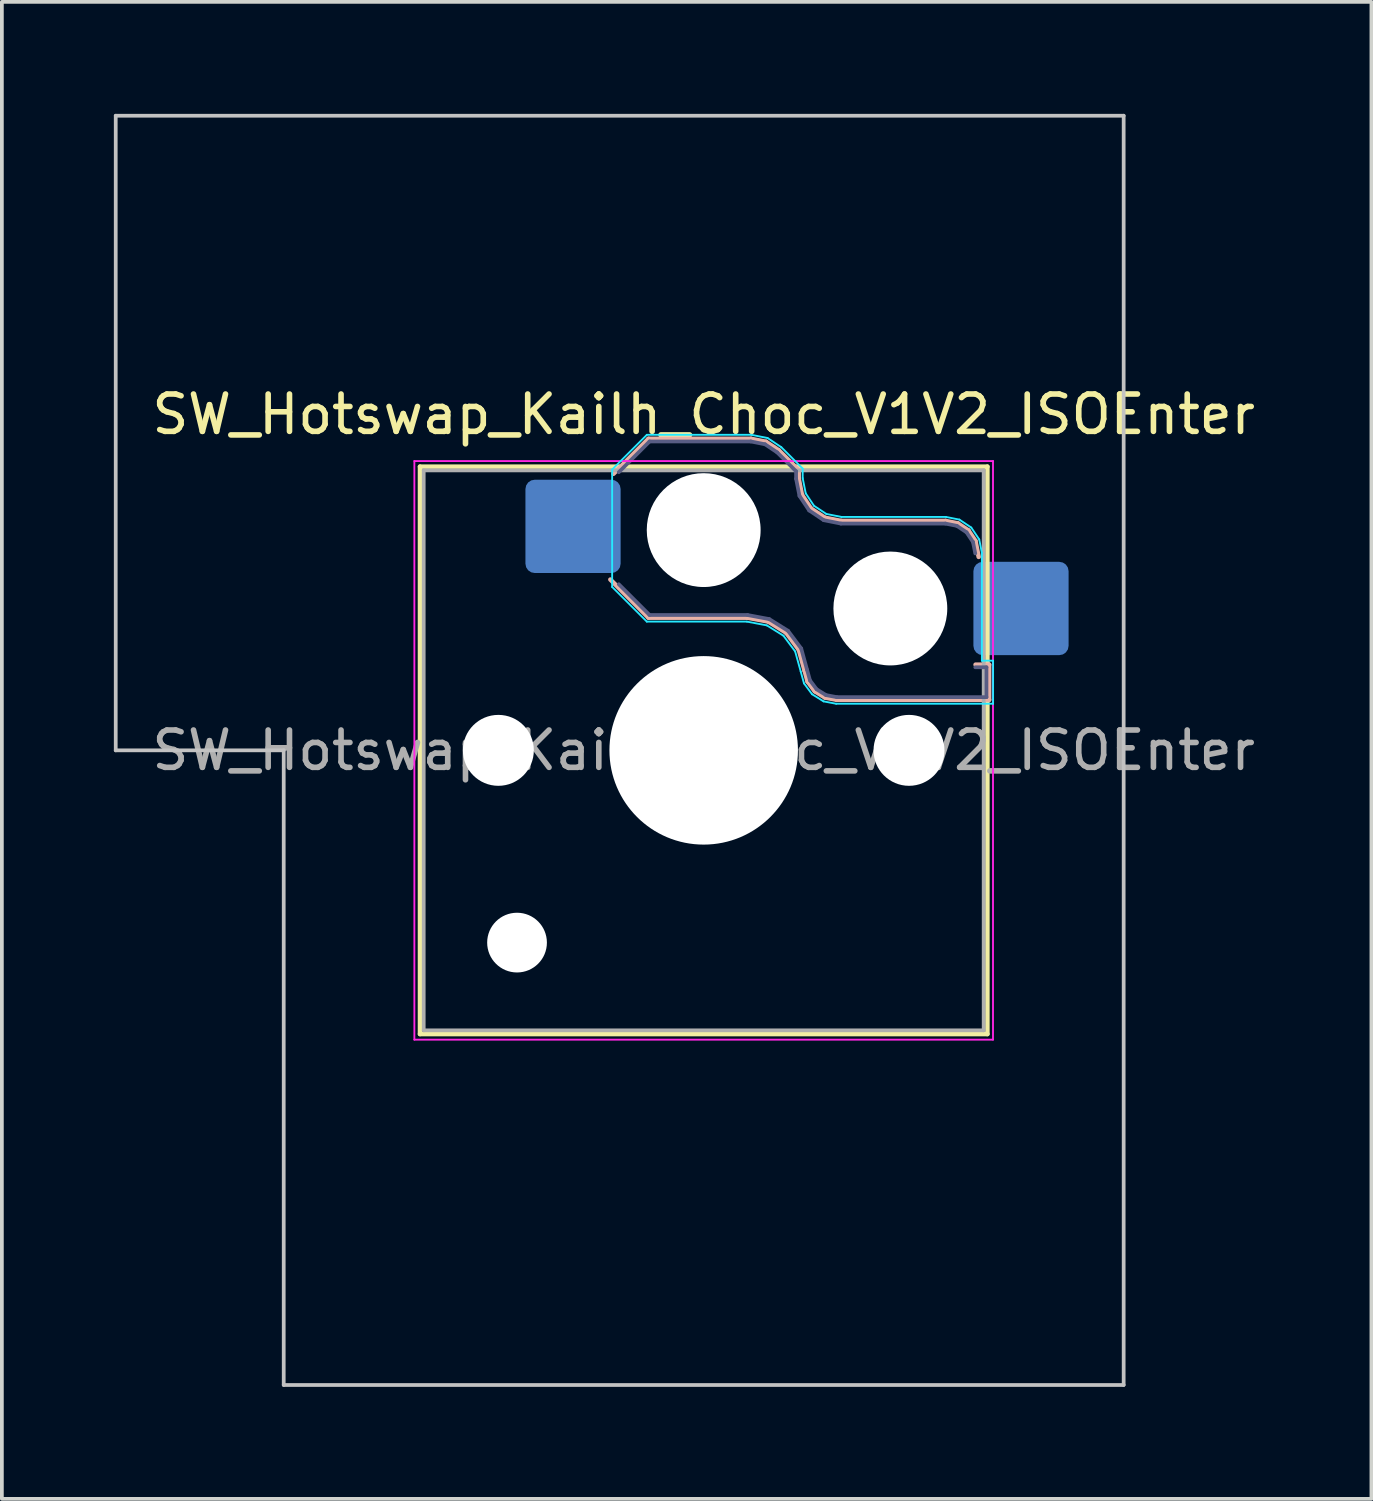
<source format=kicad_pcb>
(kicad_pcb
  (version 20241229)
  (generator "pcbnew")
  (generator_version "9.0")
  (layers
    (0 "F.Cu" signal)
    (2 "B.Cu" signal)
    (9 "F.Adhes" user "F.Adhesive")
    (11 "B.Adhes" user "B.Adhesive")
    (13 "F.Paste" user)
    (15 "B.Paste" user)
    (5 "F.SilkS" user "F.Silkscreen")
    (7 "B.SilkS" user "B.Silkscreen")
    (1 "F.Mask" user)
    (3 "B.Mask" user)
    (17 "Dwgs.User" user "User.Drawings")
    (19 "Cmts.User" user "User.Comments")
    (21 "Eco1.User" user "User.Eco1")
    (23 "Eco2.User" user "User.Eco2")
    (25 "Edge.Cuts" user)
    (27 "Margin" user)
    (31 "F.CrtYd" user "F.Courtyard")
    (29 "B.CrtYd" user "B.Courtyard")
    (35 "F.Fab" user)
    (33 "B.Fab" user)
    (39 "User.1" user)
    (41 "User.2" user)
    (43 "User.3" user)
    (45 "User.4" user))
  (footprint "SW_Hotswap_Kailh_Choc_V1V2_ISOEnter"
    (layer "F.Cu")
    (at 15.8 17.05)
    (property "Reference" "SW_Hotswap_Kailh_Choc_V1V2_ISOEnter" (at 0 -9 0) (layer "F.SilkS") (effects (font (size 1 1) (thickness 0.15))))
    (attr smd)
    (fp_line (start -7.6 -7.6) (end -7.6 7.6) (stroke (width 0.12) (type solid)) (layer "F.SilkS"))
    (fp_line (start -7.6 7.6) (end 7.6 7.6) (stroke (width 0.12) (type solid)) (layer "F.SilkS"))
    (fp_line (start 7.6 -7.6) (end -7.6 -7.6) (stroke (width 0.12) (type solid)) (layer "F.SilkS"))
    (fp_line (start 7.6 7.6) (end 7.6 -7.6) (stroke (width 0.12) (type solid)) (layer "F.SilkS"))
    (fp_line (start -2.416 -7.409) (end -1.479 -8.346) (stroke (width 0.12) (type solid)) (layer "B.SilkS"))
    (fp_line (start -1.479 -8.346) (end 1.268 -8.346) (stroke (width 0.12) (type solid)) (layer "B.SilkS"))
    (fp_line (start -1.479 -3.554) (end -2.5 -4.575) (stroke (width 0.12) (type solid)) (layer "B.SilkS"))
    (fp_line (start 1.168 -3.554) (end -1.479 -3.554) (stroke (width 0.12) (type solid)) (layer "B.SilkS"))
    (fp_line (start 1.268 -8.346) (end 1.671 -8.266) (stroke (width 0.12) (type solid)) (layer "B.SilkS"))
    (fp_line (start 1.671 -8.266) (end 2.013 -8.037) (stroke (width 0.12) (type solid)) (layer "B.SilkS"))
    (fp_line (start 1.73 -3.449) (end 1.168 -3.554) (stroke (width 0.12) (type solid)) (layer "B.SilkS"))
    (fp_line (start 2.013 -8.037) (end 2.546 -7.504) (stroke (width 0.12) (type solid)) (layer "B.SilkS"))
    (fp_line (start 2.209 -3.15) (end 1.73 -3.449) (stroke (width 0.12) (type solid)) (layer "B.SilkS"))
    (fp_line (start 2.546 -7.504) (end 2.546 -7.282) (stroke (width 0.12) (type solid)) (layer "B.SilkS"))
    (fp_line (start 2.546 -7.282) (end 2.633 -6.844) (stroke (width 0.12) (type solid)) (layer "B.SilkS"))
    (fp_line (start 2.547 -2.697) (end 2.209 -3.15) (stroke (width 0.12) (type solid)) (layer "B.SilkS"))
    (fp_line (start 2.633 -6.844) (end 2.877 -6.477) (stroke (width 0.12) (type solid)) (layer "B.SilkS"))
    (fp_line (start 2.701 -2.139) (end 2.547 -2.697) (stroke (width 0.12) (type solid)) (layer "B.SilkS"))
    (fp_line (start 2.783 -1.841) (end 2.701 -2.139) (stroke (width 0.12) (type solid)) (layer "B.SilkS"))
    (fp_line (start 2.877 -6.477) (end 3.244 -6.233) (stroke (width 0.12) (type solid)) (layer "B.SilkS"))
    (fp_line (start 2.976 -1.583) (end 2.783 -1.841) (stroke (width 0.12) (type solid)) (layer "B.SilkS"))
    (fp_line (start 3.244 -6.233) (end 3.682 -6.146) (stroke (width 0.12) (type solid)) (layer "B.SilkS"))
    (fp_line (start 3.25 -1.413) (end 2.976 -1.583) (stroke (width 0.12) (type solid)) (layer "B.SilkS"))
    (fp_line (start 3.56 -1.354) (end 3.25 -1.413) (stroke (width 0.12) (type solid)) (layer "B.SilkS"))
    (fp_line (start 3.682 -6.146) (end 6.482 -6.146) (stroke (width 0.12) (type solid)) (layer "B.SilkS"))
    (fp_line (start 6.482 -6.146) (end 6.809 -6.081) (stroke (width 0.12) (type solid)) (layer "B.SilkS"))
    (fp_line (start 6.809 -6.081) (end 7.092 -5.892) (stroke (width 0.12) (type solid)) (layer "B.SilkS"))
    (fp_line (start 7.092 -5.892) (end 7.281 -5.609) (stroke (width 0.12) (type solid)) (layer "B.SilkS"))
    (fp_line (start 7.281 -5.609) (end 7.366 -5.182) (stroke (width 0.12) (type solid)) (layer "B.SilkS"))
    (fp_line (start 7.283 -2.296) (end 7.646 -2.296) (stroke (width 0.12) (type solid)) (layer "B.SilkS"))
    (fp_line (start 7.646 -2.296) (end 7.646 -1.354) (stroke (width 0.12) (type solid)) (layer "B.SilkS"))
    (fp_line (start 7.646 -1.354) (end 3.56 -1.354) (stroke (width 0.12) (type solid)) (layer "B.SilkS"))
    (fp_line (start -15.75 -17) (end -15.75 0) (stroke (width 0.1) (type solid)) (layer "Dwgs.User"))
    (fp_line (start -15.75 0) (end -11.25 0) (stroke (width 0.1) (type solid)) (layer "Dwgs.User"))
    (fp_line (start -11.25 0) (end -11.25 17) (stroke (width 0.1) (type solid)) (layer "Dwgs.User"))
    (fp_line (start -11.25 17) (end 11.25 17) (stroke (width 0.1) (type solid)) (layer "Dwgs.User"))
    (fp_line (start 11.25 -17) (end -15.75 -17) (stroke (width 0.1) (type solid)) (layer "Dwgs.User"))
    (fp_line (start 11.25 17) (end 11.25 -17) (stroke (width 0.1) (type solid)) (layer "Dwgs.User"))
    (fp_line (start -7.25 -7.25) (end -7.25 7.25) (stroke (width 0.1) (type solid)) (layer "Eco1.User"))
    (fp_line (start -7.25 7.25) (end 7.25 7.25) (stroke (width 0.1) (type solid)) (layer "Eco1.User"))
    (fp_line (start 7.25 -7.25) (end -7.25 -7.25) (stroke (width 0.1) (type solid)) (layer "Eco1.User"))
    (fp_line (start 7.25 7.25) (end 7.25 -7.25) (stroke (width 0.1) (type solid)) (layer "Eco1.User"))
    (fp_line (start -2.452 -7.523) (end -1.523 -8.452) (stroke (width 0.05) (type solid)) (layer "B.CrtYd"))
    (fp_line (start -2.452 -4.377) (end -2.452 -7.523) (stroke (width 0.05) (type solid)) (layer "B.CrtYd"))
    (fp_line (start -1.523 -8.452) (end 1.278 -8.452) (stroke (width 0.05) (type solid)) (layer "B.CrtYd"))
    (fp_line (start -1.523 -3.448) (end -2.452 -4.377) (stroke (width 0.05) (type solid)) (layer "B.CrtYd"))
    (fp_line (start 1.159 -3.448) (end -1.523 -3.448) (stroke (width 0.05) (type solid)) (layer "B.CrtYd"))
    (fp_line (start 1.278 -8.452) (end 1.712 -8.366) (stroke (width 0.05) (type solid)) (layer "B.CrtYd"))
    (fp_line (start 1.691 -3.348) (end 1.159 -3.448) (stroke (width 0.05) (type solid)) (layer "B.CrtYd"))
    (fp_line (start 1.712 -8.366) (end 2.081 -8.119) (stroke (width 0.05) (type solid)) (layer "B.CrtYd"))
    (fp_line (start 2.081 -8.119) (end 2.652 -7.548) (stroke (width 0.05) (type solid)) (layer "B.CrtYd"))
    (fp_line (start 2.136 -3.071) (end 1.691 -3.348) (stroke (width 0.05) (type solid)) (layer "B.CrtYd"))
    (fp_line (start 2.45 -2.65) (end 2.136 -3.071) (stroke (width 0.05) (type solid)) (layer "B.CrtYd"))
    (fp_line (start 2.599 -2.111) (end 2.45 -2.65) (stroke (width 0.05) (type solid)) (layer "B.CrtYd"))
    (fp_line (start 2.652 -7.548) (end 2.652 -7.292) (stroke (width 0.05) (type solid)) (layer "B.CrtYd"))
    (fp_line (start 2.652 -7.292) (end 2.733 -6.885) (stroke (width 0.05) (type solid)) (layer "B.CrtYd"))
    (fp_line (start 2.687 -1.794) (end 2.599 -2.111) (stroke (width 0.05) (type solid)) (layer "B.CrtYd"))
    (fp_line (start 2.733 -6.885) (end 2.953 -6.553) (stroke (width 0.05) (type solid)) (layer "B.CrtYd"))
    (fp_line (start 2.903 -1.503) (end 2.687 -1.794) (stroke (width 0.05) (type solid)) (layer "B.CrtYd"))
    (fp_line (start 2.953 -6.553) (end 3.285 -6.333) (stroke (width 0.05) (type solid)) (layer "B.CrtYd"))
    (fp_line (start 3.211 -1.312) (end 2.903 -1.503) (stroke (width 0.05) (type solid)) (layer "B.CrtYd"))
    (fp_line (start 3.285 -6.333) (end 3.692 -6.252) (stroke (width 0.05) (type solid)) (layer "B.CrtYd"))
    (fp_line (start 3.55 -1.248) (end 3.211 -1.312) (stroke (width 0.05) (type solid)) (layer "B.CrtYd"))
    (fp_line (start 3.692 -6.252) (end 6.492 -6.252) (stroke (width 0.05) (type solid)) (layer "B.CrtYd"))
    (fp_line (start 6.492 -6.252) (end 6.85 -6.181) (stroke (width 0.05) (type solid)) (layer "B.CrtYd"))
    (fp_line (start 6.85 -6.181) (end 7.168 -5.968) (stroke (width 0.05) (type solid)) (layer "B.CrtYd"))
    (fp_line (start 7.168 -5.968) (end 7.381 -5.65) (stroke (width 0.05) (type solid)) (layer "B.CrtYd"))
    (fp_line (start 7.381 -5.65) (end 7.452 -5.292) (stroke (width 0.05) (type solid)) (layer "B.CrtYd"))
    (fp_line (start 7.452 -5.292) (end 7.452 -2.402) (stroke (width 0.05) (type solid)) (layer "B.CrtYd"))
    (fp_line (start 7.452 -2.402) (end 7.752 -2.402) (stroke (width 0.05) (type solid)) (layer "B.CrtYd"))
    (fp_line (start 7.752 -2.402) (end 7.752 -1.248) (stroke (width 0.05) (type solid)) (layer "B.CrtYd"))
    (fp_line (start 7.752 -1.248) (end 3.55 -1.248) (stroke (width 0.05) (type solid)) (layer "B.CrtYd"))
    (fp_line (start -7.75 -7.75) (end -7.75 7.75) (stroke (width 0.05) (type solid)) (layer "F.CrtYd"))
    (fp_line (start -7.75 7.75) (end 7.75 7.75) (stroke (width 0.05) (type solid)) (layer "F.CrtYd"))
    (fp_line (start 7.75 -7.75) (end -7.75 -7.75) (stroke (width 0.05) (type solid)) (layer "F.CrtYd"))
    (fp_line (start 7.75 7.75) (end 7.75 -7.75) (stroke (width 0.05) (type solid)) (layer "F.CrtYd"))
    (fp_line (start -2.275 -7.45) (end -1.45 -8.275) (stroke (width 0.1) (type solid)) (layer "B.Fab"))
    (fp_line (start -1.45 -8.275) (end 1.261 -8.275) (stroke (width 0.1) (type solid)) (layer "B.Fab"))
    (fp_line (start -1.45 -3.625) (end -2.275 -4.45) (stroke (width 0.1) (type solid)) (layer "B.Fab"))
    (fp_line (start 1.175 -3.625) (end -1.45 -3.625) (stroke (width 0.1) (type solid)) (layer "B.Fab"))
    (fp_line (start 1.261 -8.275) (end 1.643 -8.199) (stroke (width 0.1) (type solid)) (layer "B.Fab"))
    (fp_line (start 1.643 -8.199) (end 1.968 -7.982) (stroke (width 0.1) (type solid)) (layer "B.Fab"))
    (fp_line (start 1.756 -3.516) (end 1.175 -3.625) (stroke (width 0.1) (type solid)) (layer "B.Fab"))
    (fp_line (start 1.968 -7.982) (end 2.475 -7.475) (stroke (width 0.1) (type solid)) (layer "B.Fab"))
    (fp_line (start 2.258 -3.203) (end 1.756 -3.516) (stroke (width 0.1) (type solid)) (layer "B.Fab"))
    (fp_line (start 2.475 -7.475) (end 2.475 -7.275) (stroke (width 0.1) (type solid)) (layer "B.Fab"))
    (fp_line (start 2.475 -7.275) (end 2.566 -6.816) (stroke (width 0.1) (type solid)) (layer "B.Fab"))
    (fp_line (start 2.566 -6.816) (end 2.826 -6.426) (stroke (width 0.1) (type solid)) (layer "B.Fab"))
    (fp_line (start 2.612 -2.729) (end 2.258 -3.203) (stroke (width 0.1) (type solid)) (layer "B.Fab"))
    (fp_line (start 2.769 -2.158) (end 2.612 -2.729) (stroke (width 0.1) (type solid)) (layer "B.Fab"))
    (fp_line (start 2.826 -6.426) (end 3.216 -6.166) (stroke (width 0.1) (type solid)) (layer "B.Fab"))
    (fp_line (start 2.848 -1.873) (end 2.769 -2.158) (stroke (width 0.1) (type solid)) (layer "B.Fab"))
    (fp_line (start 3.025 -1.636) (end 2.848 -1.873) (stroke (width 0.1) (type solid)) (layer "B.Fab"))
    (fp_line (start 3.216 -6.166) (end 3.675 -6.075) (stroke (width 0.1) (type solid)) (layer "B.Fab"))
    (fp_line (start 3.276 -1.48) (end 3.025 -1.636) (stroke (width 0.1) (type solid)) (layer "B.Fab"))
    (fp_line (start 3.567 -1.425) (end 3.276 -1.48) (stroke (width 0.1) (type solid)) (layer "B.Fab"))
    (fp_line (start 3.675 -6.075) (end 6.475 -6.075) (stroke (width 0.1) (type solid)) (layer "B.Fab"))
    (fp_line (start 6.475 -6.075) (end 6.781 -6.014) (stroke (width 0.1) (type solid)) (layer "B.Fab"))
    (fp_line (start 6.781 -6.014) (end 7.041 -5.841) (stroke (width 0.1) (type solid)) (layer "B.Fab"))
    (fp_line (start 7.041 -5.841) (end 7.214 -5.581) (stroke (width 0.1) (type solid)) (layer "B.Fab"))
    (fp_line (start 7.214 -5.581) (end 7.275 -5.275) (stroke (width 0.1) (type solid)) (layer "B.Fab"))
    (fp_line (start 7.275 -2.225) (end 7.575 -2.225) (stroke (width 0.1) (type solid)) (layer "B.Fab"))
    (fp_line (start 7.575 -2.225) (end 7.575 -1.425) (stroke (width 0.1) (type solid)) (layer "B.Fab"))
    (fp_line (start 7.575 -1.425) (end 3.567 -1.425) (stroke (width 0.1) (type solid)) (layer "B.Fab"))
    (fp_line (start -7.5 -7.5) (end -7.5 7.5) (stroke (width 0.1) (type solid)) (layer "F.Fab"))
    (fp_line (start -7.5 7.5) (end 7.5 7.5) (stroke (width 0.1) (type solid)) (layer "F.Fab"))
    (fp_line (start 7.5 -7.5) (end -7.5 -7.5) (stroke (width 0.1) (type solid)) (layer "F.Fab"))
    (fp_line (start 7.5 7.5) (end 7.5 -7.5) (stroke (width 0.1) (type solid)) (layer "F.Fab"))
    (fp_text user "${REFERENCE}" (at 0 0 0) (layer "F.Fab") (effects (font (size 1 1) (thickness 0.15))))
    (pad "" np_thru_hole circle (at -5.5 0) (size 1.9 1.9) (drill 1.9) (layers "*.Cu" "*.Mask"))
    (pad "" np_thru_hole circle (at -5 5.15) (size 1.6 1.6) (drill 1.6) (layers "*.Cu" "*.Mask"))
    (pad "" np_thru_hole circle (at 0 -5.9) (size 3.05 3.05) (drill 3.05) (layers "*.Cu" "*.Mask"))
    (pad "" np_thru_hole circle (at 0 0) (size 5.05 5.05) (drill 5.05) (layers "*.Cu" "*.Mask"))
    (pad "" np_thru_hole circle (at 5 -3.8) (size 3.05 3.05) (drill 3.05) (layers "*.Cu" "*.Mask"))
    (pad "" np_thru_hole circle (at 5.5 0) (size 1.9 1.9) (drill 1.9) (layers "*.Cu" "*.Mask"))
    (pad "1" smd roundrect (at -3.5 -6) (size 2.55 2.5) (layers "B.Cu" "B.Mask" "B.Paste") (roundrect_rratio 0.1))
    (pad "2" smd roundrect (at 8.5 -3.8) (size 2.55 2.5) (layers "B.Cu" "B.Mask" "B.Paste") (roundrect_rratio 0.1)))
  (gr_rect
    (start -3 -3)
    (end 33.687 37.1)
    (stroke (width 0.1) (type default))
    (fill no)
    (layer "Edge.Cuts")))
</source>
